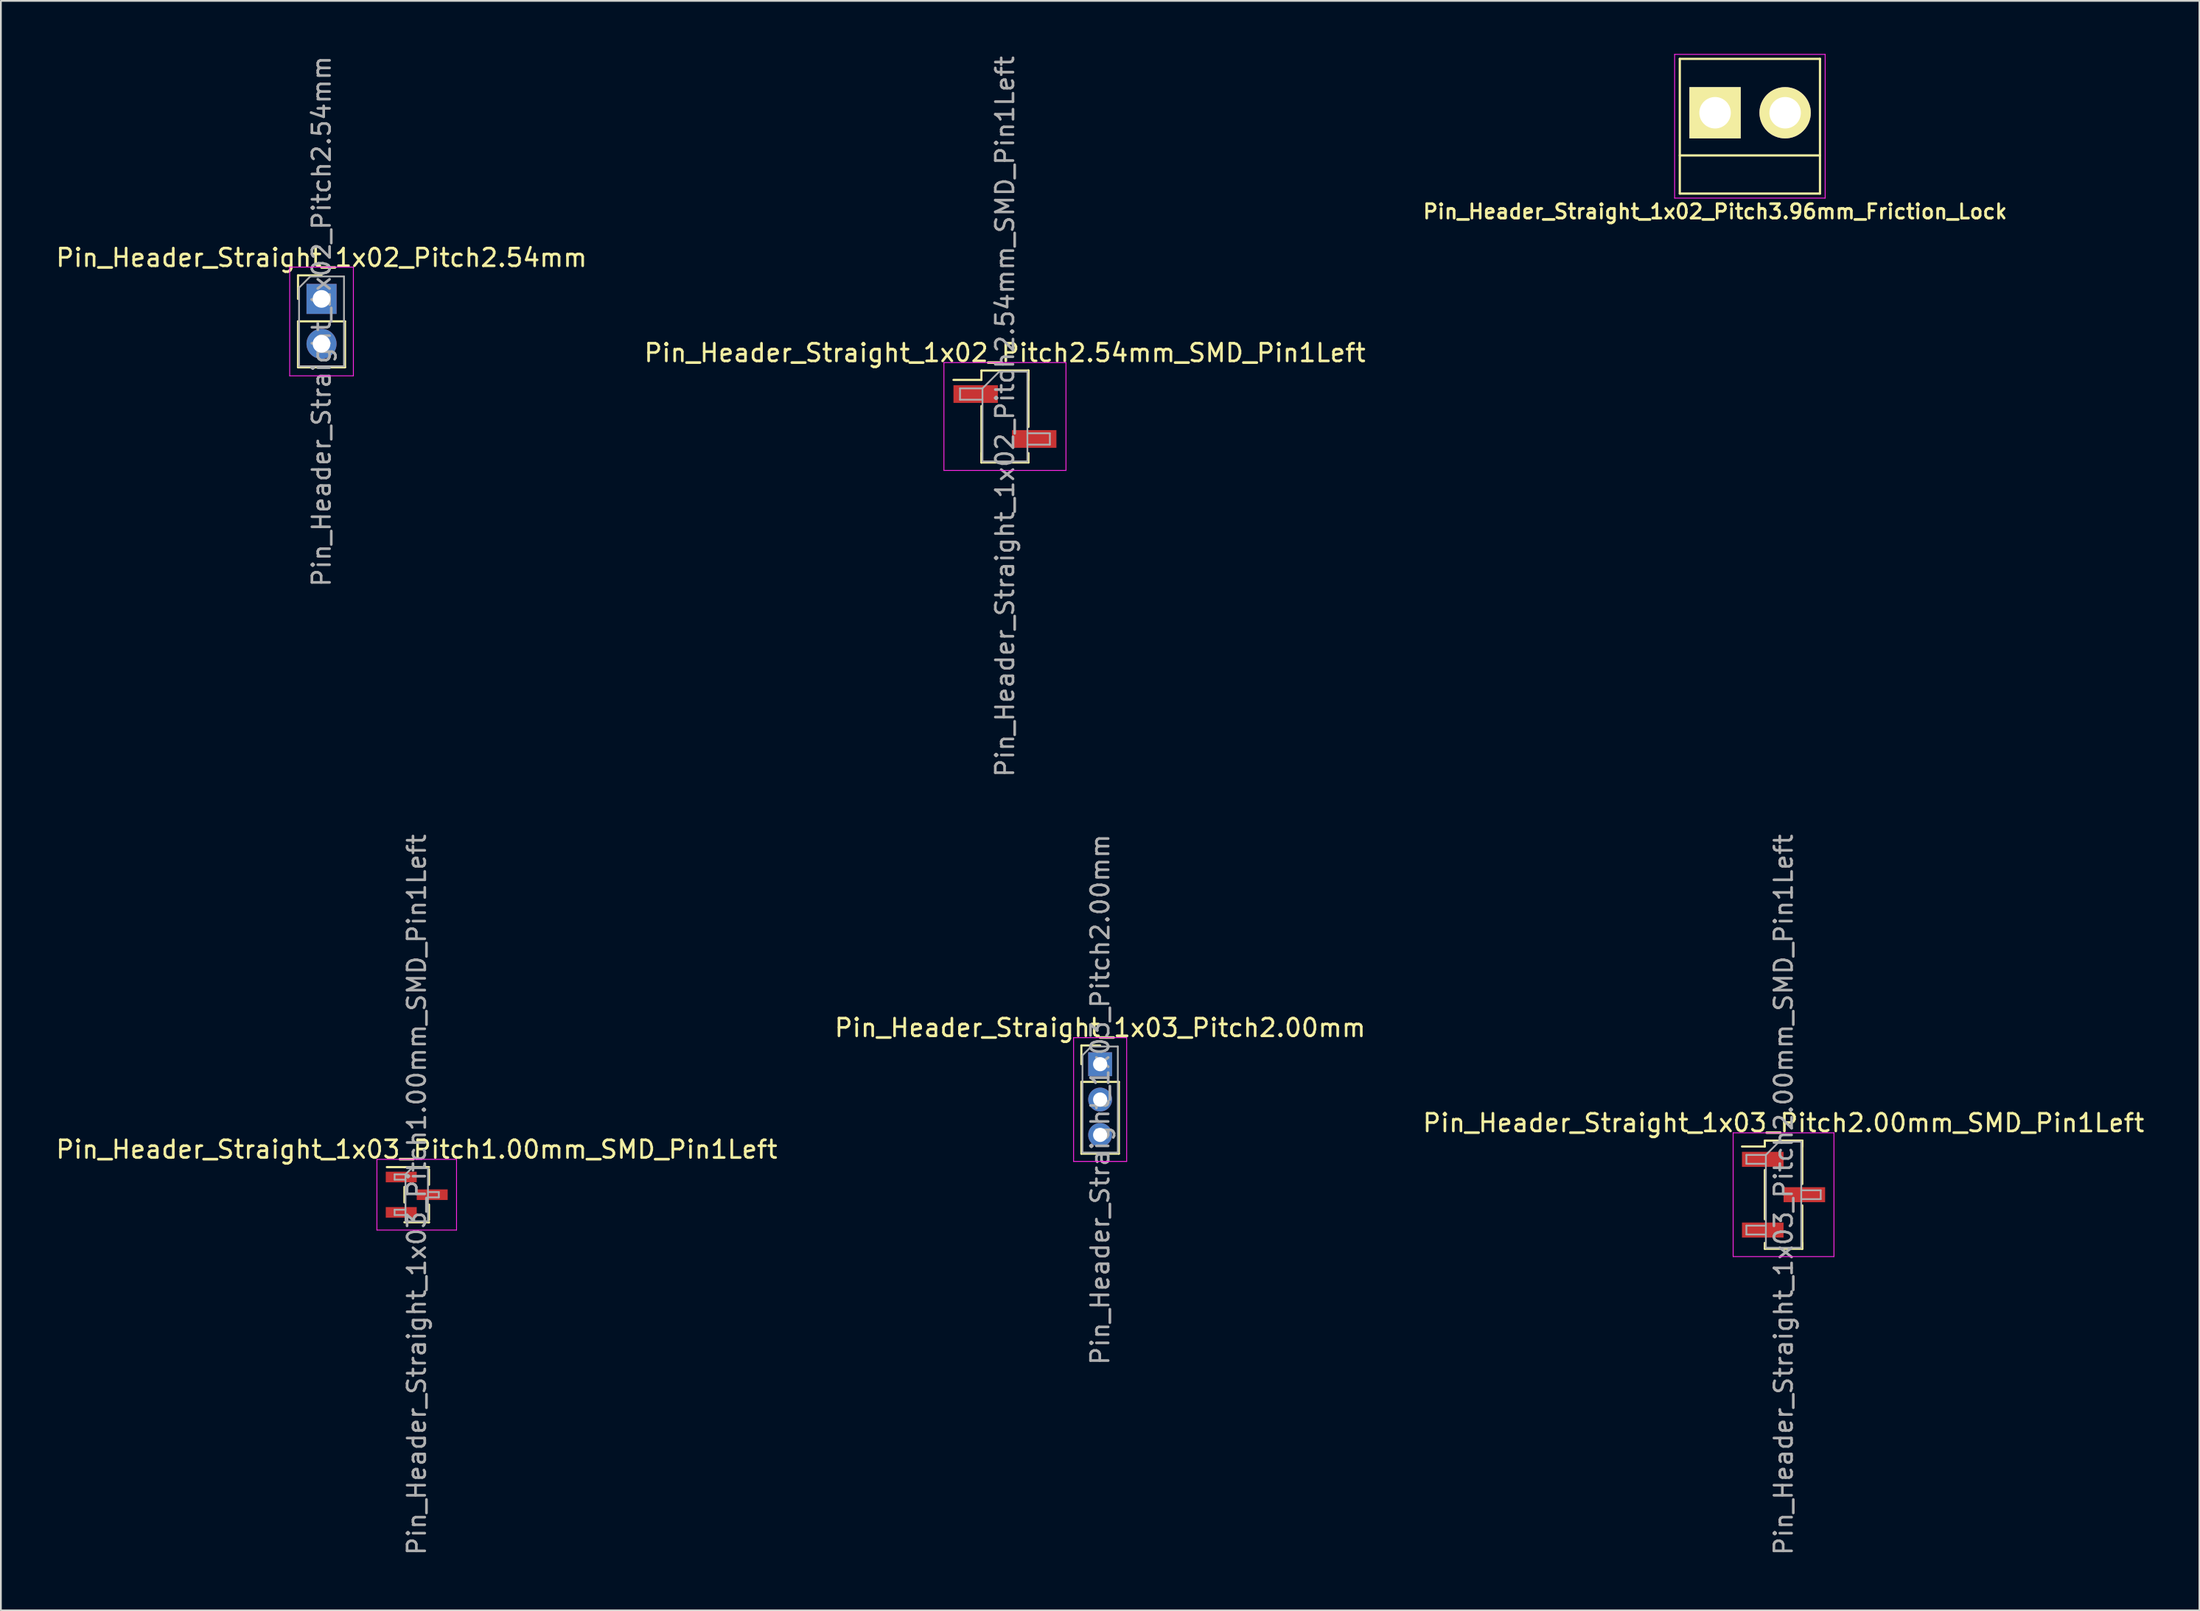
<source format=kicad_pcb>
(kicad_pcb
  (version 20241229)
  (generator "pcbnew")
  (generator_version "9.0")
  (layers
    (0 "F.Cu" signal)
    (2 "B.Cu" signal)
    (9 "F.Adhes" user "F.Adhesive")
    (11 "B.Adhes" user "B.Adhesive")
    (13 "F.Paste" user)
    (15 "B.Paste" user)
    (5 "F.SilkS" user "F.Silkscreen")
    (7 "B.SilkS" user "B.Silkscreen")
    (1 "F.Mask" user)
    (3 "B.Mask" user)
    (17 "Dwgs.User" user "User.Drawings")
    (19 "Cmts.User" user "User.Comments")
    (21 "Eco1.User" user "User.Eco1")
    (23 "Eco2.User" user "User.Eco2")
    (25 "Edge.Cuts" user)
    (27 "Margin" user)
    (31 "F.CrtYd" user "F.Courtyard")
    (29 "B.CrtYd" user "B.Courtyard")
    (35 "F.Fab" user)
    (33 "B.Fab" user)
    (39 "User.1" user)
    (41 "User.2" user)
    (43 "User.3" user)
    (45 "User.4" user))
  (footprint "Pin_Header_Straight_1x03_Pitch2.00mm"
    (layer "F.Cu")
    (at 59.137 57.137)
    (property "Reference" "Pin_Header_Straight_1x03_Pitch2.00mm" (at 0 -2.06 0) (layer "F.SilkS") (effects (font (size 1 1) (thickness 0.15))))
    (attr through_hole)
    (fp_line (start -1.06 -1.06) (end 0 -1.06) (stroke (width 0.12) (type solid)) (layer "F.SilkS"))
    (fp_line (start -1.06 0) (end -1.06 -1.06) (stroke (width 0.12) (type solid)) (layer "F.SilkS"))
    (fp_line (start -1.06 1) (end -1.06 5.06) (stroke (width 0.12) (type solid)) (layer "F.SilkS"))
    (fp_line (start -1.06 5.06) (end 1.06 5.06) (stroke (width 0.12) (type solid)) (layer "F.SilkS"))
    (fp_line (start 1.06 1) (end -1.06 1) (stroke (width 0.12) (type solid)) (layer "F.SilkS"))
    (fp_line (start 1.06 5.06) (end 1.06 1) (stroke (width 0.12) (type solid)) (layer "F.SilkS"))
    (fp_line (start -1.5 -1.5) (end -1.5 5.5) (stroke (width 0.05) (type solid)) (layer "F.CrtYd"))
    (fp_line (start -1.5 5.5) (end 1.5 5.5) (stroke (width 0.05) (type solid)) (layer "F.CrtYd"))
    (fp_line (start 1.5 -1.5) (end -1.5 -1.5) (stroke (width 0.05) (type solid)) (layer "F.CrtYd"))
    (fp_line (start 1.5 5.5) (end 1.5 -1.5) (stroke (width 0.05) (type solid)) (layer "F.CrtYd"))
    (fp_line (start -1 -0.5) (end -0.5 -1) (stroke (width 0.1) (type solid)) (layer "F.Fab"))
    (fp_line (start -1 5) (end -1 -0.5) (stroke (width 0.1) (type solid)) (layer "F.Fab"))
    (fp_line (start -0.5 -1) (end 1 -1) (stroke (width 0.1) (type solid)) (layer "F.Fab"))
    (fp_line (start 1 -1) (end 1 5) (stroke (width 0.1) (type solid)) (layer "F.Fab"))
    (fp_line (start 1 5) (end -1 5) (stroke (width 0.1) (type solid)) (layer "F.Fab"))
    (fp_text user "${REFERENCE}" (at 0 2 90) (layer "F.Fab") (effects (font (size 1 1) (thickness 0.15))))
    (pad "1" thru_hole rect (at 0 0) (size 1.35 1.35) (drill 0.8) (layers "*.Cu" "*.Mask"))
    (pad "2" thru_hole oval (at 0 2) (size 1.35 1.35) (drill 0.8) (layers "*.Cu" "*.Mask"))
    (pad "3" thru_hole oval (at 0 4) (size 1.35 1.35) (drill 0.8) (layers "*.Cu" "*.Mask")))
  (footprint "Pin_Header_Straight_1x03_Pitch1.00mm_SMD_Pin1Left"
    (layer "F.Cu")
    (at 20.506 64.518)
    (property "Reference" "Pin_Header_Straight_1x03_Pitch1.00mm_SMD_Pin1Left" (at 0 -2.56 0) (layer "F.SilkS") (effects (font (size 1 1) (thickness 0.15))))
    (attr smd)
    (fp_line (start -0.695 -1.56) (end -1.69 -1.56) (stroke (width 0.12) (type solid)) (layer "F.SilkS"))
    (fp_line (start -0.695 -1.56) (end -0.695 -1.56) (stroke (width 0.12) (type solid)) (layer "F.SilkS"))
    (fp_line (start -0.695 -1.56) (end 0.695 -1.56) (stroke (width 0.12) (type solid)) (layer "F.SilkS"))
    (fp_line (start -0.695 -0.44) (end -0.695 0.44) (stroke (width 0.12) (type solid)) (layer "F.SilkS"))
    (fp_line (start -0.695 1.56) (end 0.695 1.56) (stroke (width 0.12) (type solid)) (layer "F.SilkS"))
    (fp_line (start 0.695 -1.44) (end 0.695 -0.56) (stroke (width 0.12) (type solid)) (layer "F.SilkS"))
    (fp_line (start 0.695 0.56) (end 0.695 1.44) (stroke (width 0.12) (type solid)) (layer "F.SilkS"))
    (fp_line (start 0.695 1.56) (end 0.695 1.56) (stroke (width 0.12) (type solid)) (layer "F.SilkS"))
    (fp_line (start -2.25 -2) (end -2.25 2) (stroke (width 0.05) (type solid)) (layer "F.CrtYd"))
    (fp_line (start -2.25 2) (end 2.25 2) (stroke (width 0.05) (type solid)) (layer "F.CrtYd"))
    (fp_line (start 2.25 -2) (end -2.25 -2) (stroke (width 0.05) (type solid)) (layer "F.CrtYd"))
    (fp_line (start 2.25 2) (end 2.25 -2) (stroke (width 0.05) (type solid)) (layer "F.CrtYd"))
    (fp_line (start -1.25 -1.15) (end -1.25 -0.85) (stroke (width 0.1) (type solid)) (layer "F.Fab"))
    (fp_line (start -1.25 -0.85) (end -0.635 -0.85) (stroke (width 0.1) (type solid)) (layer "F.Fab"))
    (fp_line (start -1.25 0.85) (end -1.25 1.15) (stroke (width 0.1) (type solid)) (layer "F.Fab"))
    (fp_line (start -1.25 1.15) (end -0.635 1.15) (stroke (width 0.1) (type solid)) (layer "F.Fab"))
    (fp_line (start -0.635 -1.15) (end -1.25 -1.15) (stroke (width 0.1) (type solid)) (layer "F.Fab"))
    (fp_line (start -0.635 -1.15) (end -0.285 -1.5) (stroke (width 0.1) (type solid)) (layer "F.Fab"))
    (fp_line (start -0.635 0.85) (end -1.25 0.85) (stroke (width 0.1) (type solid)) (layer "F.Fab"))
    (fp_line (start -0.635 1.5) (end -0.635 -1.15) (stroke (width 0.1) (type solid)) (layer "F.Fab"))
    (fp_line (start -0.285 -1.5) (end 0.635 -1.5) (stroke (width 0.1) (type solid)) (layer "F.Fab"))
    (fp_line (start 0.635 -1.5) (end 0.635 1.5) (stroke (width 0.1) (type solid)) (layer "F.Fab"))
    (fp_line (start 0.635 -0.15) (end 1.25 -0.15) (stroke (width 0.1) (type solid)) (layer "F.Fab"))
    (fp_line (start 0.635 1.5) (end -0.635 1.5) (stroke (width 0.1) (type solid)) (layer "F.Fab"))
    (fp_line (start 1.25 -0.15) (end 1.25 0.15) (stroke (width 0.1) (type solid)) (layer "F.Fab"))
    (fp_line (start 1.25 0.15) (end 0.635 0.15) (stroke (width 0.1) (type solid)) (layer "F.Fab"))
    (fp_text user "${REFERENCE}" (at 0 0 90) (layer "F.Fab") (effects (font (size 1 1) (thickness 0.15))))
    (pad "1" smd rect (at -0.875 -1) (size 1.75 0.6) (layers "F.Cu" "F.Mask" "F.Paste"))
    (pad "2" smd rect (at 0.875 0) (size 1.75 0.6) (layers "F.Cu" "F.Mask" "F.Paste"))
    (pad "3" smd rect (at -0.875 1) (size 1.75 0.6) (layers "F.Cu" "F.Mask" "F.Paste")))
  (footprint "Pin_Header_Straight_1x03_Pitch2.00mm_SMD_Pin1Left"
    (layer "F.Cu")
    (at 97.768 64.518)
    (property "Reference" "Pin_Header_Straight_1x03_Pitch2.00mm_SMD_Pin1Left" (at 0 -4.06 0) (layer "F.SilkS") (effects (font (size 1 1) (thickness 0.15))))
    (attr smd)
    (fp_line (start -1.06 -3.06) (end 1.06 -3.06) (stroke (width 0.12) (type solid)) (layer "F.SilkS"))
    (fp_line (start -1.06 -2.725) (end -2.35 -2.725) (stroke (width 0.12) (type solid)) (layer "F.SilkS"))
    (fp_line (start -1.06 -2.725) (end -1.06 -3.06) (stroke (width 0.12) (type solid)) (layer "F.SilkS"))
    (fp_line (start -1.06 -1.395) (end -1.06 1.395) (stroke (width 0.12) (type solid)) (layer "F.SilkS"))
    (fp_line (start -1.06 2.725) (end -1.06 3.06) (stroke (width 0.12) (type solid)) (layer "F.SilkS"))
    (fp_line (start -1.06 3.06) (end 1.06 3.06) (stroke (width 0.12) (type solid)) (layer "F.SilkS"))
    (fp_line (start 1.06 -3.06) (end 1.06 -2.725) (stroke (width 0.12) (type solid)) (layer "F.SilkS"))
    (fp_line (start 1.06 -3.06) (end 1.06 -0.605) (stroke (width 0.12) (type solid)) (layer "F.SilkS"))
    (fp_line (start 1.06 0.605) (end 1.06 3.06) (stroke (width 0.12) (type solid)) (layer "F.SilkS"))
    (fp_line (start 1.06 3.06) (end 1.06 2.725) (stroke (width 0.12) (type solid)) (layer "F.SilkS"))
    (fp_line (start -2.85 -3.5) (end -2.85 3.5) (stroke (width 0.05) (type solid)) (layer "F.CrtYd"))
    (fp_line (start -2.85 3.5) (end 2.85 3.5) (stroke (width 0.05) (type solid)) (layer "F.CrtYd"))
    (fp_line (start 2.85 -3.5) (end -2.85 -3.5) (stroke (width 0.05) (type solid)) (layer "F.CrtYd"))
    (fp_line (start 2.85 3.5) (end 2.85 -3.5) (stroke (width 0.05) (type solid)) (layer "F.CrtYd"))
    (fp_line (start -2.1 -2.25) (end -2.1 -1.75) (stroke (width 0.1) (type solid)) (layer "F.Fab"))
    (fp_line (start -2.1 -1.75) (end -1 -1.75) (stroke (width 0.1) (type solid)) (layer "F.Fab"))
    (fp_line (start -2.1 1.75) (end -2.1 2.25) (stroke (width 0.1) (type solid)) (layer "F.Fab"))
    (fp_line (start -2.1 2.25) (end -1 2.25) (stroke (width 0.1) (type solid)) (layer "F.Fab"))
    (fp_line (start -1 -2.25) (end -2.1 -2.25) (stroke (width 0.1) (type solid)) (layer "F.Fab"))
    (fp_line (start -1 -2.25) (end -0.25 -3) (stroke (width 0.1) (type solid)) (layer "F.Fab"))
    (fp_line (start -1 1.75) (end -2.1 1.75) (stroke (width 0.1) (type solid)) (layer "F.Fab"))
    (fp_line (start -1 3) (end -1 -2.25) (stroke (width 0.1) (type solid)) (layer "F.Fab"))
    (fp_line (start -0.25 -3) (end 1 -3) (stroke (width 0.1) (type solid)) (layer "F.Fab"))
    (fp_line (start 1 -3) (end 1 3) (stroke (width 0.1) (type solid)) (layer "F.Fab"))
    (fp_line (start 1 -0.25) (end 2.1 -0.25) (stroke (width 0.1) (type solid)) (layer "F.Fab"))
    (fp_line (start 1 3) (end -1 3) (stroke (width 0.1) (type solid)) (layer "F.Fab"))
    (fp_line (start 2.1 -0.25) (end 2.1 0.25) (stroke (width 0.1) (type solid)) (layer "F.Fab"))
    (fp_line (start 2.1 0.25) (end 1 0.25) (stroke (width 0.1) (type solid)) (layer "F.Fab"))
    (fp_text user "${REFERENCE}" (at 0 0 90) (layer "F.Fab") (effects (font (size 1 1) (thickness 0.15))))
    (pad "1" smd rect (at -1.175 -2) (size 2.35 0.85) (layers "F.Cu" "F.Mask" "F.Paste"))
    (pad "2" smd rect (at 1.175 0) (size 2.35 0.85) (layers "F.Cu" "F.Mask" "F.Paste"))
    (pad "3" smd rect (at -1.175 2) (size 2.35 0.85) (layers "F.Cu" "F.Mask" "F.Paste")))
  (footprint "Pin_Header_Straight_1x02_Pitch2.54mm_SMD_Pin1Left"
    (layer "F.Cu")
    (at 53.756 20.506)
    (property "Reference" "Pin_Header_Straight_1x02_Pitch2.54mm_SMD_Pin1Left" (at 0 -3.6 0) (layer "F.SilkS") (effects (font (size 1 1) (thickness 0.15))))
    (attr smd)
    (fp_line (start -1.33 -2.6) (end 1.33 -2.6) (stroke (width 0.12) (type solid)) (layer "F.SilkS"))
    (fp_line (start -1.33 -2.07) (end -2.91 -2.07) (stroke (width 0.12) (type solid)) (layer "F.SilkS"))
    (fp_line (start -1.33 -2.07) (end -1.33 -2.6) (stroke (width 0.12) (type solid)) (layer "F.SilkS"))
    (fp_line (start -1.33 -0.59) (end -1.33 2.6) (stroke (width 0.12) (type solid)) (layer "F.SilkS"))
    (fp_line (start -1.33 2.07) (end -1.33 2.6) (stroke (width 0.12) (type solid)) (layer "F.SilkS"))
    (fp_line (start -1.33 2.6) (end 1.33 2.6) (stroke (width 0.12) (type solid)) (layer "F.SilkS"))
    (fp_line (start 1.33 -2.6) (end 1.33 -2.07) (stroke (width 0.12) (type solid)) (layer "F.SilkS"))
    (fp_line (start 1.33 -2.6) (end 1.33 0.59) (stroke (width 0.12) (type solid)) (layer "F.SilkS"))
    (fp_line (start 1.33 2.6) (end 1.33 2.07) (stroke (width 0.12) (type solid)) (layer "F.SilkS"))
    (fp_line (start -3.45 -3.05) (end -3.45 3.05) (stroke (width 0.05) (type solid)) (layer "F.CrtYd"))
    (fp_line (start -3.45 3.05) (end 3.45 3.05) (stroke (width 0.05) (type solid)) (layer "F.CrtYd"))
    (fp_line (start 3.45 -3.05) (end -3.45 -3.05) (stroke (width 0.05) (type solid)) (layer "F.CrtYd"))
    (fp_line (start 3.45 3.05) (end 3.45 -3.05) (stroke (width 0.05) (type solid)) (layer "F.CrtYd"))
    (fp_line (start -2.54 -1.59) (end -2.54 -0.95) (stroke (width 0.1) (type solid)) (layer "F.Fab"))
    (fp_line (start -2.54 -0.95) (end -1.27 -0.95) (stroke (width 0.1) (type solid)) (layer "F.Fab"))
    (fp_line (start -1.27 -1.59) (end -2.54 -1.59) (stroke (width 0.1) (type solid)) (layer "F.Fab"))
    (fp_line (start -1.27 -1.59) (end -0.32 -2.54) (stroke (width 0.1) (type solid)) (layer "F.Fab"))
    (fp_line (start -1.27 2.54) (end -1.27 -1.59) (stroke (width 0.1) (type solid)) (layer "F.Fab"))
    (fp_line (start -0.32 -2.54) (end 1.27 -2.54) (stroke (width 0.1) (type solid)) (layer "F.Fab"))
    (fp_line (start 1.27 -2.54) (end 1.27 2.54) (stroke (width 0.1) (type solid)) (layer "F.Fab"))
    (fp_line (start 1.27 0.95) (end 2.54 0.95) (stroke (width 0.1) (type solid)) (layer "F.Fab"))
    (fp_line (start 1.27 2.54) (end -1.27 2.54) (stroke (width 0.1) (type solid)) (layer "F.Fab"))
    (fp_line (start 2.54 0.95) (end 2.54 1.59) (stroke (width 0.1) (type solid)) (layer "F.Fab"))
    (fp_line (start 2.54 1.59) (end 1.27 1.59) (stroke (width 0.1) (type solid)) (layer "F.Fab"))
    (fp_text user "${REFERENCE}" (at 0 0 90) (layer "F.Fab") (effects (font (size 1 1) (thickness 0.15))))
    (pad "1" smd rect (at -1.655 -1.27) (size 2.51 1) (layers "F.Cu" "F.Mask" "F.Paste"))
    (pad "2" smd rect (at 1.655 1.27) (size 2.51 1) (layers "F.Cu" "F.Mask" "F.Paste")))
  (footprint "Pin_Header_Straight_1x02_Pitch3.96mm_Friction_Lock"
    (placed yes)
    (layer "F.Cu")
    (at 93.897 3.327)
    (property "Reference" "Pin_Header_Straight_1x02_Pitch3.96mm_Friction_Lock" (at 0 5.588 0) (layer "F.SilkS") (effects (font (size 0.813 0.813) (thickness 0.152))))
    (attr through_hole)
    (fp_line (start -1.994 -3.048) (end -1.994 4.572) (stroke (width 0.127) (type solid)) (layer "F.SilkS"))
    (fp_line (start -1.994 -3.048) (end 5.931 -3.048) (stroke (width 0.127) (type solid)) (layer "F.SilkS"))
    (fp_line (start -1.994 2.413) (end 5.931 2.413) (stroke (width 0.127) (type solid)) (layer "F.SilkS"))
    (fp_line (start -1.994 4.572) (end 5.931 4.572) (stroke (width 0.127) (type solid)) (layer "F.SilkS"))
    (fp_line (start 5.931 -3.048) (end 5.931 4.572) (stroke (width 0.127) (type solid)) (layer "F.SilkS"))
    (fp_line (start -2.286 -3.302) (end 6.223 -3.302) (stroke (width 0.05) (type solid)) (layer "F.CrtYd"))
    (fp_line (start -2.286 4.826) (end -2.286 -3.302) (stroke (width 0.05) (type solid)) (layer "F.CrtYd"))
    (fp_line (start 6.223 -3.302) (end 6.223 4.826) (stroke (width 0.05) (type solid)) (layer "F.CrtYd"))
    (fp_line (start 6.223 4.826) (end -2.286 4.826) (stroke (width 0.05) (type solid)) (layer "F.CrtYd"))
    (pad "1" thru_hole rect (at 0 0) (size 2.9 2.9) (drill 1.78) (layers "*.Cu" "*.Mask" "F.SilkS"))
    (pad "2" thru_hole circle (at 3.96 0) (size 2.9 2.9) (drill 1.78) (layers "*.Cu" "*.Mask" "F.SilkS")))
  (footprint "Pin_Header_Straight_1x02_Pitch2.54mm"
    (layer "F.Cu")
    (at 15.125 13.855)
    (property "Reference" "Pin_Header_Straight_1x02_Pitch2.54mm" (at 0 -2.33 0) (layer "F.SilkS") (effects (font (size 1 1) (thickness 0.15))))
    (attr through_hole)
    (fp_line (start -1.33 -1.33) (end 0 -1.33) (stroke (width 0.12) (type solid)) (layer "F.SilkS"))
    (fp_line (start -1.33 0) (end -1.33 -1.33) (stroke (width 0.12) (type solid)) (layer "F.SilkS"))
    (fp_line (start -1.33 1.27) (end -1.33 3.87) (stroke (width 0.12) (type solid)) (layer "F.SilkS"))
    (fp_line (start -1.33 3.87) (end 1.33 3.87) (stroke (width 0.12) (type solid)) (layer "F.SilkS"))
    (fp_line (start 1.33 1.27) (end -1.33 1.27) (stroke (width 0.12) (type solid)) (layer "F.SilkS"))
    (fp_line (start 1.33 3.87) (end 1.33 1.27) (stroke (width 0.12) (type solid)) (layer "F.SilkS"))
    (fp_line (start -1.8 -1.8) (end -1.8 4.35) (stroke (width 0.05) (type solid)) (layer "F.CrtYd"))
    (fp_line (start -1.8 4.35) (end 1.8 4.35) (stroke (width 0.05) (type solid)) (layer "F.CrtYd"))
    (fp_line (start 1.8 -1.8) (end -1.8 -1.8) (stroke (width 0.05) (type solid)) (layer "F.CrtYd"))
    (fp_line (start 1.8 4.35) (end 1.8 -1.8) (stroke (width 0.05) (type solid)) (layer "F.CrtYd"))
    (fp_line (start -1.27 -0.635) (end -0.635 -1.27) (stroke (width 0.1) (type solid)) (layer "F.Fab"))
    (fp_line (start -1.27 3.81) (end -1.27 -0.635) (stroke (width 0.1) (type solid)) (layer "F.Fab"))
    (fp_line (start -0.635 -1.27) (end 1.27 -1.27) (stroke (width 0.1) (type solid)) (layer "F.Fab"))
    (fp_line (start 1.27 -1.27) (end 1.27 3.81) (stroke (width 0.1) (type solid)) (layer "F.Fab"))
    (fp_line (start 1.27 3.81) (end -1.27 3.81) (stroke (width 0.1) (type solid)) (layer "F.Fab"))
    (fp_text user "${REFERENCE}" (at 0 1.27 90) (layer "F.Fab") (effects (font (size 1 1) (thickness 0.15))))
    (pad "1" thru_hole rect (at 0 0) (size 1.7 1.7) (drill 1) (layers "*.Cu" "*.Mask"))
    (pad "2" thru_hole oval (at 0 2.54) (size 1.7 1.7) (drill 1) (layers "*.Cu" "*.Mask")))
  (gr_rect
    (start -3 -3)
    (end 121.274 88.024)
    (stroke (width 0.1) (type default))
    (fill no)
    (layer "Edge.Cuts")))
</source>
